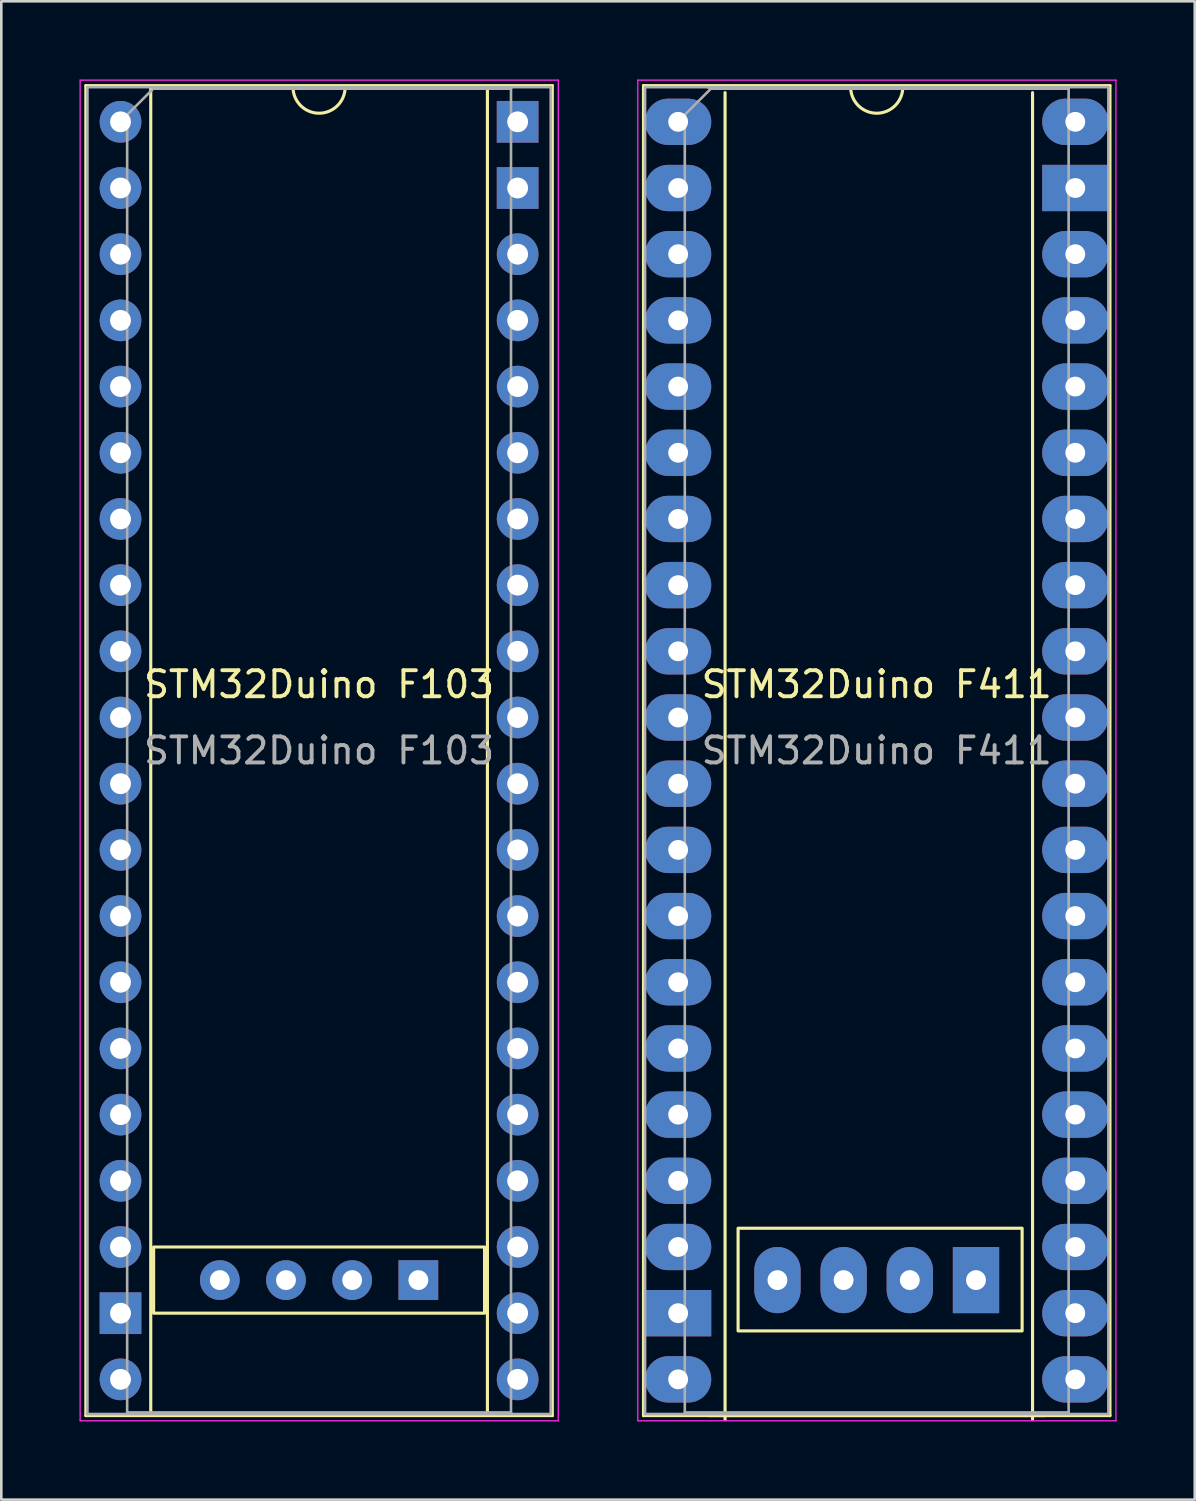
<source format=kicad_pcb>
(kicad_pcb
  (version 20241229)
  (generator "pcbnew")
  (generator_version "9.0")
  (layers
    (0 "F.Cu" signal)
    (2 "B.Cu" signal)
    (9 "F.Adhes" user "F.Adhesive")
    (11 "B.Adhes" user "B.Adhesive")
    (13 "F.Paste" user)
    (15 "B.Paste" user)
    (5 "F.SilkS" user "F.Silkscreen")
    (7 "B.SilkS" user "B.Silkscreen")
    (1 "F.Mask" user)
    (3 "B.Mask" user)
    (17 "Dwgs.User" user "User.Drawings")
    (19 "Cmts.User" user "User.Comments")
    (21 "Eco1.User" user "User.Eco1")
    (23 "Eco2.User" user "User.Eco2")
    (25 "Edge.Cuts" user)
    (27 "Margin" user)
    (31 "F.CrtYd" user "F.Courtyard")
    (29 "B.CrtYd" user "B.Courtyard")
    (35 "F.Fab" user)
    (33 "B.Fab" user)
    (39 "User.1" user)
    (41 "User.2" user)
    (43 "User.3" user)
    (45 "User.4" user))
  (footprint "STM32Duino F103"
    (layer "F.Cu")
    (at 1.575 1.625)
    (property "Reference" "STM32Duino F103" (at 7.62 21.59 0) (layer "F.SilkS") (effects (font (size 1 1) (thickness 0.15))))
    (attr through_hole)
    (fp_line (start -1.33 -1.39) (end -1.33 49.65) (stroke (width 0.12) (type solid)) (layer "F.SilkS"))
    (fp_line (start -1.33 49.65) (end 16.57 49.65) (stroke (width 0.12) (type solid)) (layer "F.SilkS"))
    (fp_line (start 1.16 -1.33) (end 1.16 49.59) (stroke (width 0.12) (type solid)) (layer "F.SilkS"))
    (fp_line (start 1.16 49.59) (end 14.08 49.59) (stroke (width 0.12) (type solid)) (layer "F.SilkS"))
    (fp_line (start 6.62 -1.33) (end 1.16 -1.33) (stroke (width 0.12) (type solid)) (layer "F.SilkS"))
    (fp_line (start 14.08 -1.33) (end 8.62 -1.33) (stroke (width 0.12) (type solid)) (layer "F.SilkS"))
    (fp_line (start 14.08 49.59) (end 14.08 -1.33) (stroke (width 0.12) (type solid)) (layer "F.SilkS"))
    (fp_line (start 16.57 -1.39) (end -1.33 -1.39) (stroke (width 0.12) (type solid)) (layer "F.SilkS"))
    (fp_line (start 16.57 49.65) (end 16.57 -1.39) (stroke (width 0.12) (type solid)) (layer "F.SilkS"))
    (fp_rect (start 1.27 43.18) (end 13.97 45.72) (stroke (width 0.12) (type solid)) (fill no) (layer "F.SilkS"))
    (fp_arc (start 8.62 -1.33) (mid 7.62 -0.33) (end 6.62 -1.33) (stroke (width 0.12) (type solid)) (layer "F.SilkS"))
    (fp_line (start -1.55 -1.6) (end -1.55 49.85) (stroke (width 0.05) (type solid)) (layer "F.CrtYd"))
    (fp_line (start -1.55 49.85) (end 16.8 49.85) (stroke (width 0.05) (type solid)) (layer "F.CrtYd"))
    (fp_line (start 16.8 -1.6) (end -1.55 -1.6) (stroke (width 0.05) (type solid)) (layer "F.CrtYd"))
    (fp_line (start 16.8 49.85) (end 16.8 -1.6) (stroke (width 0.05) (type solid)) (layer "F.CrtYd"))
    (fp_line (start -1.27 -1.33) (end -1.27 49.59) (stroke (width 0.1) (type solid)) (layer "F.Fab"))
    (fp_line (start -1.27 49.59) (end 16.51 49.59) (stroke (width 0.1) (type solid)) (layer "F.Fab"))
    (fp_line (start 0.255 -0.27) (end 1.255 -1.27) (stroke (width 0.1) (type solid)) (layer "F.Fab"))
    (fp_line (start 0.255 49.53) (end 0.255 -0.27) (stroke (width 0.1) (type solid)) (layer "F.Fab"))
    (fp_line (start 1.255 -1.27) (end 14.985 -1.27) (stroke (width 0.1) (type solid)) (layer "F.Fab"))
    (fp_line (start 14.985 -1.27) (end 14.985 49.53) (stroke (width 0.1) (type solid)) (layer "F.Fab"))
    (fp_line (start 14.985 49.53) (end 0.255 49.53) (stroke (width 0.1) (type solid)) (layer "F.Fab"))
    (fp_line (start 16.51 -1.33) (end -1.27 -1.33) (stroke (width 0.1) (type solid)) (layer "F.Fab"))
    (fp_line (start 16.51 49.59) (end 16.51 -1.33) (stroke (width 0.1) (type solid)) (layer "F.Fab"))
    (fp_text user "${REFERENCE}" (at 7.62 24.13 0) (layer "F.Fab") (effects (font (size 1 1) (thickness 0.15))))
    (pad "" thru_hole oval (at 0 43.18) (size 1.6 1.6) (drill 0.8) (layers "*.Cu" "*.Mask"))
    (pad "" thru_hole rect (at 0 45.72) (size 1.6 1.6) (drill 0.8) (layers "*.Cu" "*.Mask"))
    (pad "" thru_hole oval (at 0 48.26) (size 1.6 1.6) (drill 0.8) (layers "*.Cu" "*.Mask"))
    (pad "" thru_hole circle (at 3.81 44.45) (size 1.524 1.524) (drill 0.762) (layers "*.Cu" "*.Mask"))
    (pad "" thru_hole rect (at 11.43 44.45) (size 1.524 1.524) (drill 0.762) (layers "*.Cu" "*.Mask"))
    (pad "" thru_hole rect (at 15.24 0) (size 1.6 1.6) (drill 0.8) (layers "*.Cu" "*.Mask"))
    (pad "" thru_hole rect (at 15.24 2.54) (size 1.6 1.6) (drill 0.8) (layers "*.Cu" "*.Mask"))
    (pad "" thru_hole oval (at 15.24 5.08) (size 1.6 1.6) (drill 0.8) (layers "*.Cu" "*.Mask"))
    (pad "1" thru_hole oval (at 15.24 48.26) (size 1.6 1.6) (drill 0.8) (layers "*.Cu" "*.Mask"))
    (pad "2" thru_hole oval (at 15.24 45.72) (size 1.6 1.6) (drill 0.8) (layers "*.Cu" "*.Mask"))
    (pad "3" thru_hole oval (at 15.24 43.18) (size 1.6 1.6) (drill 0.8) (layers "*.Cu" "*.Mask"))
    (pad "4" thru_hole oval (at 15.24 40.64) (size 1.6 1.6) (drill 0.8) (layers "*.Cu" "*.Mask"))
    (pad "7" thru_hole oval (at 15.24 7.62) (size 1.6 1.6) (drill 0.8) (layers "*.Cu" "*.Mask"))
    (pad "10" thru_hole oval (at 15.24 38.1) (size 1.6 1.6) (drill 0.8) (layers "*.Cu" "*.Mask"))
    (pad "11" thru_hole oval (at 15.24 35.56) (size 1.6 1.6) (drill 0.8) (layers "*.Cu" "*.Mask"))
    (pad "12" thru_hole oval (at 15.24 33.02) (size 1.6 1.6) (drill 0.8) (layers "*.Cu" "*.Mask"))
    (pad "13" thru_hole oval (at 15.24 30.48) (size 1.6 1.6) (drill 0.8) (layers "*.Cu" "*.Mask"))
    (pad "14" thru_hole oval (at 15.24 27.94) (size 1.6 1.6) (drill 0.8) (layers "*.Cu" "*.Mask"))
    (pad "15" thru_hole oval (at 15.24 25.4) (size 1.6 1.6) (drill 0.8) (layers "*.Cu" "*.Mask"))
    (pad "16" thru_hole oval (at 15.24 22.86) (size 1.6 1.6) (drill 0.8) (layers "*.Cu" "*.Mask"))
    (pad "17" thru_hole oval (at 15.24 20.32) (size 1.6 1.6) (drill 0.8) (layers "*.Cu" "*.Mask"))
    (pad "18" thru_hole oval (at 15.24 17.78) (size 1.6 1.6) (drill 0.8) (layers "*.Cu" "*.Mask"))
    (pad "19" thru_hole oval (at 15.24 15.24) (size 1.6 1.6) (drill 0.8) (layers "*.Cu" "*.Mask"))
    (pad "21" thru_hole oval (at 15.24 12.7) (size 1.6 1.6) (drill 0.8) (layers "*.Cu" "*.Mask"))
    (pad "22" thru_hole oval (at 15.24 10.16) (size 1.6 1.6) (drill 0.8) (layers "*.Cu" "*.Mask"))
    (pad "25" thru_hole circle (at 0 0) (size 1.6 1.6) (drill 0.8) (layers "*.Cu" "*.Mask"))
    (pad "26" thru_hole oval (at 0 2.54) (size 1.6 1.6) (drill 0.8) (layers "*.Cu" "*.Mask"))
    (pad "27" thru_hole oval (at 0 5.08) (size 1.6 1.6) (drill 0.8) (layers "*.Cu" "*.Mask"))
    (pad "28" thru_hole oval (at 0 7.62) (size 1.6 1.6) (drill 0.8) (layers "*.Cu" "*.Mask"))
    (pad "29" thru_hole oval (at 0 10.16) (size 1.6 1.6) (drill 0.8) (layers "*.Cu" "*.Mask"))
    (pad "30" thru_hole oval (at 0 12.7) (size 1.6 1.6) (drill 0.8) (layers "*.Cu" "*.Mask"))
    (pad "31" thru_hole oval (at 0 15.24) (size 1.6 1.6) (drill 0.8) (layers "*.Cu" "*.Mask"))
    (pad "32" thru_hole oval (at 0 17.78) (size 1.6 1.6) (drill 0.8) (layers "*.Cu" "*.Mask"))
    (pad "33" thru_hole oval (at 0 20.32) (size 1.6 1.6) (drill 0.8) (layers "*.Cu" "*.Mask"))
    (pad "34" thru_hole circle (at 6.35 44.45) (size 1.524 1.524) (drill 0.762) (layers "*.Cu" "*.Mask"))
    (pad "37" thru_hole circle (at 8.89 44.45) (size 1.524 1.524) (drill 0.762) (layers "*.Cu" "*.Mask"))
    (pad "38" thru_hole oval (at 0 22.86) (size 1.6 1.6) (drill 0.8) (layers "*.Cu" "*.Mask"))
    (pad "39" thru_hole oval (at 0 25.4) (size 1.6 1.6) (drill 0.8) (layers "*.Cu" "*.Mask"))
    (pad "40" thru_hole oval (at 0 27.94) (size 1.6 1.6) (drill 0.8) (layers "*.Cu" "*.Mask"))
    (pad "41" thru_hole oval (at 0 30.48) (size 1.6 1.6) (drill 0.8) (layers "*.Cu" "*.Mask"))
    (pad "42" thru_hole oval (at 0 33.02) (size 1.6 1.6) (drill 0.8) (layers "*.Cu" "*.Mask"))
    (pad "43" thru_hole oval (at 0 35.56) (size 1.6 1.6) (drill 0.8) (layers "*.Cu" "*.Mask"))
    (pad "45" thru_hole oval (at 0 38.1) (size 1.6 1.6) (drill 0.8) (layers "*.Cu" "*.Mask"))
    (pad "46" thru_hole oval (at 0 40.64) (size 1.6 1.6) (drill 0.8) (layers "*.Cu" "*.Mask")))
  (footprint "STM32Duino F411"
    (layer "F.Cu")
    (at 22.975 1.625)
    (property "Reference" "STM32Duino F411" (at 7.62 21.59 0) (layer "F.SilkS") (effects (font (size 1 1) (thickness 0.15))))
    (attr through_hole)
    (fp_line (start -1.33 -1.39) (end -1.33 49.65) (stroke (width 0.12) (type solid)) (layer "F.SilkS"))
    (fp_line (start -1.33 49.65) (end 16.57 49.65) (stroke (width 0.12) (type solid)) (layer "F.SilkS"))
    (fp_line (start 1.16 49.65) (end 14.08 49.65) (stroke (width 0.12) (type solid)) (layer "F.SilkS"))
    (fp_line (start 1.8 -1.12) (end 1.8 49.8) (stroke (width 0.12) (type solid)) (layer "F.SilkS"))
    (fp_line (start 6.62 -1.33) (end 1.16 -1.33) (stroke (width 0.12) (type solid)) (layer "F.SilkS"))
    (fp_line (start 13.6 49.8) (end 13.6 -1.12) (stroke (width 0.12) (type solid)) (layer "F.SilkS"))
    (fp_line (start 14.08 -1.33) (end 8.62 -1.33) (stroke (width 0.12) (type solid)) (layer "F.SilkS"))
    (fp_line (start 16.57 -1.39) (end -1.33 -1.39) (stroke (width 0.12) (type solid)) (layer "F.SilkS"))
    (fp_line (start 16.57 49.65) (end 16.57 -1.39) (stroke (width 0.12) (type solid)) (layer "F.SilkS"))
    (fp_rect (start 2.3 42.46) (end 13.2 46.4) (stroke (width 0.12) (type solid)) (fill no) (layer "F.SilkS"))
    (fp_arc (start 8.62 -1.33) (mid 7.62 -0.33) (end 6.62 -1.33) (stroke (width 0.12) (type solid)) (layer "F.SilkS"))
    (fp_line (start -1.55 -1.6) (end -1.55 49.85) (stroke (width 0.05) (type solid)) (layer "F.CrtYd"))
    (fp_line (start -1.55 49.85) (end 16.8 49.85) (stroke (width 0.05) (type solid)) (layer "F.CrtYd"))
    (fp_line (start 16.8 -1.6) (end -1.55 -1.6) (stroke (width 0.05) (type solid)) (layer "F.CrtYd"))
    (fp_line (start 16.8 49.85) (end 16.8 -1.6) (stroke (width 0.05) (type solid)) (layer "F.CrtYd"))
    (fp_line (start -1.27 -1.33) (end -1.27 49.59) (stroke (width 0.1) (type solid)) (layer "F.Fab"))
    (fp_line (start -1.27 49.59) (end 16.51 49.59) (stroke (width 0.1) (type solid)) (layer "F.Fab"))
    (fp_line (start 0.255 -0.27) (end 1.255 -1.27) (stroke (width 0.1) (type solid)) (layer "F.Fab"))
    (fp_line (start 0.255 49.53) (end 0.255 -0.27) (stroke (width 0.1) (type solid)) (layer "F.Fab"))
    (fp_line (start 1.255 -1.27) (end 14.985 -1.27) (stroke (width 0.1) (type solid)) (layer "F.Fab"))
    (fp_line (start 14.985 -1.27) (end 14.985 49.53) (stroke (width 0.1) (type solid)) (layer "F.Fab"))
    (fp_line (start 14.985 49.53) (end 0.255 49.53) (stroke (width 0.1) (type solid)) (layer "F.Fab"))
    (fp_line (start 16.51 -1.33) (end -1.27 -1.33) (stroke (width 0.1) (type solid)) (layer "F.Fab"))
    (fp_line (start 16.51 49.59) (end 16.51 -1.33) (stroke (width 0.1) (type solid)) (layer "F.Fab"))
    (fp_text user "${REFERENCE}" (at 7.62 24.13 0) (layer "F.Fab") (effects (font (size 1 1) (thickness 0.15))))
    (pad "1" thru_hole oval (at 15.24 48.26) (size 2.54 1.778) (drill 0.762) (layers "*.Cu" "*.Mask"))
    (pad "2" thru_hole oval (at 15.24 45.72) (size 2.54 1.778) (drill 0.762) (layers "*.Cu" "*.Mask"))
    (pad "3" thru_hole oval (at 15.24 43.18) (size 2.54 1.778) (drill 0.762) (layers "*.Cu" "*.Mask"))
    (pad "4" thru_hole oval (at 15.24 40.64) (size 2.54 1.778) (drill 0.762) (layers "*.Cu" "*.Mask"))
    (pad "7" thru_hole oval (at 15.24 38.1) (size 2.54 1.778) (drill 0.762) (layers "*.Cu" "*.Mask"))
    (pad "10" thru_hole oval (at 15.24 35.56) (size 2.54 1.778) (drill 0.762) (layers "*.Cu" "*.Mask"))
    (pad "11" thru_hole oval (at 15.24 33.02) (size 2.54 1.778) (drill 0.762) (layers "*.Cu" "*.Mask"))
    (pad "12" thru_hole oval (at 15.24 30.48) (size 2.54 1.778) (drill 0.762) (layers "*.Cu" "*.Mask"))
    (pad "13" thru_hole oval (at 15.24 27.94) (size 2.54 1.778) (drill 0.762) (layers "*.Cu" "*.Mask"))
    (pad "14" thru_hole oval (at 15.24 25.4) (size 2.54 1.778) (drill 0.762) (layers "*.Cu" "*.Mask"))
    (pad "15" thru_hole oval (at 15.24 22.86) (size 2.54 1.778) (drill 0.762) (layers "*.Cu" "*.Mask"))
    (pad "16" thru_hole oval (at 15.24 20.32) (size 2.54 1.778) (drill 0.762) (layers "*.Cu" "*.Mask"))
    (pad "17" thru_hole oval (at 15.24 17.78) (size 2.54 1.778) (drill 0.762) (layers "*.Cu" "*.Mask"))
    (pad "18" thru_hole oval (at 15.24 15.24) (size 2.54 1.778) (drill 0.762) (layers "*.Cu" "*.Mask"))
    (pad "19" thru_hole oval (at 15.24 12.7) (size 2.54 1.778) (drill 0.762) (layers "*.Cu" "*.Mask"))
    (pad "20" thru_hole oval (at 15.24 10.16) (size 2.54 1.778) (drill 0.762) (layers "*.Cu" "*.Mask"))
    (pad "21" thru_hole oval (at 15.24 7.62) (size 2.54 1.778) (drill 0.762) (layers "*.Cu" "*.Mask"))
    (pad "25" thru_hole oval (at 0 0) (size 2.54 1.778) (drill 0.762) (layers "*.Cu" "*.Mask"))
    (pad "26" thru_hole oval (at 0 2.54) (size 2.54 1.778) (drill 0.762) (layers "*.Cu" "*.Mask"))
    (pad "27" thru_hole oval (at 0 5.08) (size 2.54 1.778) (drill 0.762) (layers "*.Cu" "*.Mask"))
    (pad "28" thru_hole oval (at 0 7.62) (size 2.54 1.778) (drill 0.762) (layers "*.Cu" "*.Mask"))
    (pad "29" thru_hole oval (at 0 10.16) (size 2.54 1.778) (drill 0.762) (layers "*.Cu" "*.Mask"))
    (pad "30" thru_hole oval (at 0 12.7) (size 2.54 1.778) (drill 0.762) (layers "*.Cu" "*.Mask"))
    (pad "31" thru_hole oval (at 0 15.24) (size 2.54 1.778) (drill 0.762) (layers "*.Cu" "*.Mask"))
    (pad "32" thru_hole oval (at 0 17.78) (size 2.54 1.778) (drill 0.762) (layers "*.Cu" "*.Mask"))
    (pad "33" thru_hole oval (at 0 20.32) (size 2.54 1.778) (drill 0.762) (layers "*.Cu" "*.Mask"))
    (pad "34" thru_hole oval (at 6.35 44.45) (size 1.778 2.54) (drill 0.762) (layers "*.Cu" "*.Mask"))
    (pad "37" thru_hole oval (at 8.89 44.45) (size 1.778 2.54) (drill 0.762) (layers "*.Cu" "*.Mask"))
    (pad "38" thru_hole oval (at 0 22.86) (size 2.54 1.778) (drill 0.762) (layers "*.Cu" "*.Mask"))
    (pad "39" thru_hole oval (at 0 25.4) (size 2.54 1.778) (drill 0.762) (layers "*.Cu" "*.Mask"))
    (pad "40" thru_hole oval (at 0 27.94) (size 2.54 1.778) (drill 0.762) (layers "*.Cu" "*.Mask"))
    (pad "41" thru_hole oval (at 0 30.48) (size 2.54 1.778) (drill 0.762) (layers "*.Cu" "*.Mask"))
    (pad "42" thru_hole oval (at 0 33.02) (size 2.54 1.778) (drill 0.762) (layers "*.Cu" "*.Mask"))
    (pad "43" thru_hole oval (at 0 35.56) (size 2.54 1.778) (drill 0.762) (layers "*.Cu" "*.Mask"))
    (pad "45" thru_hole oval (at 0 38.1) (size 2.54 1.778) (drill 0.762) (layers "*.Cu" "*.Mask"))
    (pad "46" thru_hole oval (at 0 40.64) (size 2.54 1.778) (drill 0.762) (layers "*.Cu" "*.Mask"))
    (pad "101" thru_hole oval (at 15.24 0) (size 2.54 1.778) (drill 0.762) (layers "*.Cu" "*.Mask"))
    (pad "102" thru_hole rect (at 15.24 2.54) (size 2.54 1.778) (drill 0.762) (layers "*.Cu" "*.Mask"))
    (pad "103" thru_hole oval (at 15.24 5.08) (size 2.54 1.778) (drill 0.762) (layers "*.Cu" "*.Mask"))
    (pad "104" thru_hole oval (at 0 43.18) (size 2.54 1.778) (drill 0.762) (layers "*.Cu" "*.Mask"))
    (pad "105" thru_hole rect (at 0 45.72) (size 2.54 1.778) (drill 0.762) (layers "*.Cu" "*.Mask"))
    (pad "106" thru_hole oval (at 0 48.26) (size 2.54 1.778) (drill 0.762) (layers "*.Cu" "*.Mask"))
    (pad "107" thru_hole oval (at 3.81 44.45) (size 1.778 2.54) (drill 0.762) (layers "*.Cu" "*.Mask"))
    (pad "108" thru_hole rect (at 11.43 44.45) (size 1.778 2.54) (drill 0.762) (layers "*.Cu" "*.Mask")))
  (gr_rect
    (start -3 -3)
    (end 42.8 54.5)
    (stroke (width 0.1) (type default))
    (fill no)
    (layer "Edge.Cuts")))
</source>
